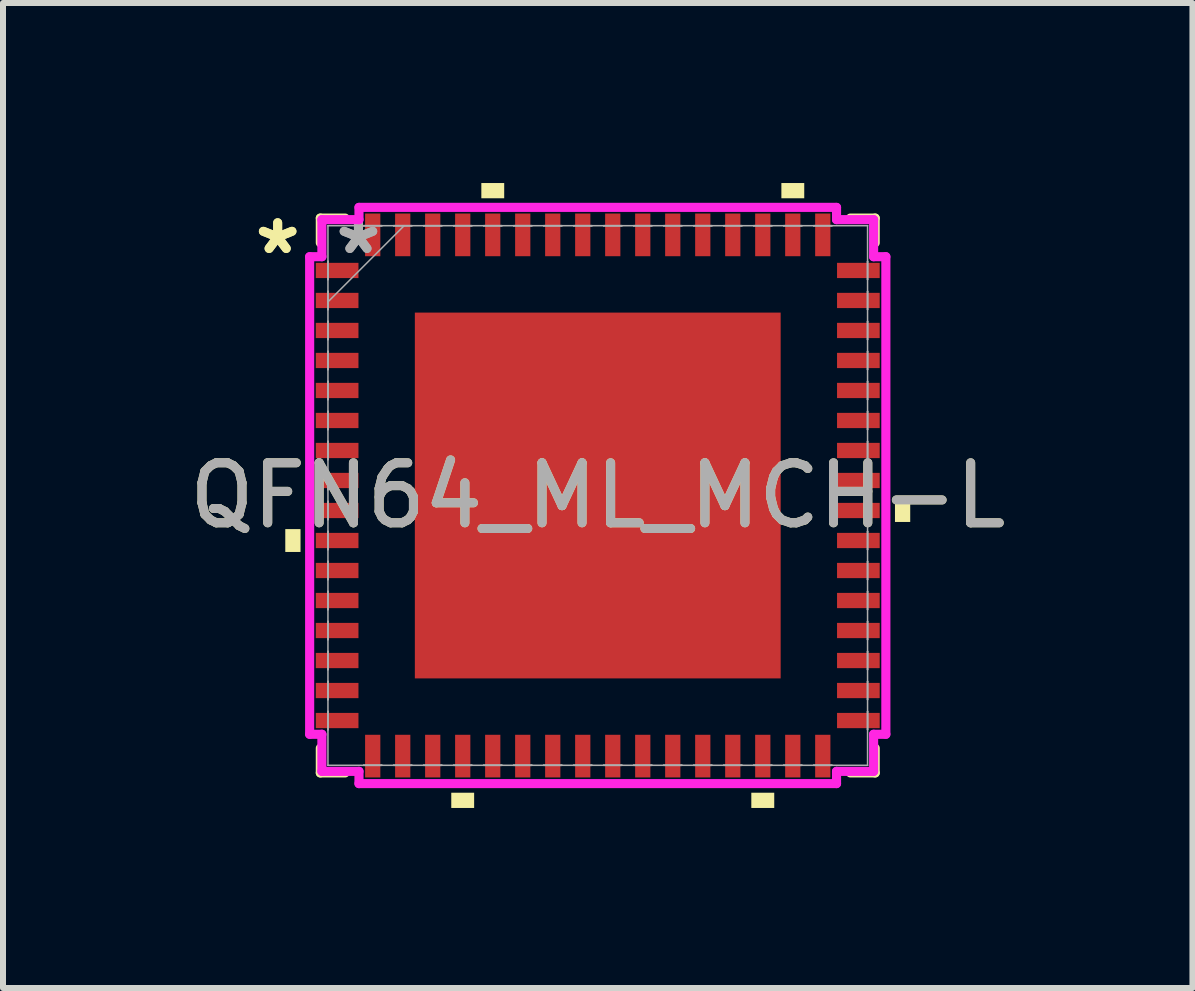
<source format=kicad_pcb>
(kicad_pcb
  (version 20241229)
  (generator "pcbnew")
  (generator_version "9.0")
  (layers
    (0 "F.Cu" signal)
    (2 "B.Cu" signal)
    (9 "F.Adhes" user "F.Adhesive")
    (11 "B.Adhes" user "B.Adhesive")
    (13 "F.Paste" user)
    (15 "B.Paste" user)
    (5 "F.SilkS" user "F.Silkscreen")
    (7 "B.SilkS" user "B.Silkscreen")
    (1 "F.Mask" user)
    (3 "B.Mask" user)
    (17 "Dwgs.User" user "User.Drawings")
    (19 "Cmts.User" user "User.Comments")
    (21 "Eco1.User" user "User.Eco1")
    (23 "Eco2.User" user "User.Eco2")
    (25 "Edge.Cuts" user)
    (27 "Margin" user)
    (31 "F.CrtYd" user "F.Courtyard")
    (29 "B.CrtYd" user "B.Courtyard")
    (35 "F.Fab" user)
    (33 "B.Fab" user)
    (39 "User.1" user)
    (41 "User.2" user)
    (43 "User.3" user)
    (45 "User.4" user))
  (footprint "QFN64_ML_MCH-L"
    (layer "F.Cu")
    (at 6.911 5.207)
    (property "Reference" "QFN64_ML_MCH-L" (at 0 0 0) (unlocked yes) (layer "F.SilkS") (effects (font (size 1 1) (thickness 0.15))))
    (attr smd)
    (fp_line (start -4.623 -4.623) (end -4.623 -4.21) (stroke (width 0.152) (type solid)) (layer "F.SilkS"))
    (fp_line (start -4.623 4.21) (end -4.623 4.623) (stroke (width 0.152) (type solid)) (layer "F.SilkS"))
    (fp_line (start -4.623 4.623) (end -4.21 4.623) (stroke (width 0.152) (type solid)) (layer "F.SilkS"))
    (fp_line (start -4.21 -4.623) (end -4.623 -4.623) (stroke (width 0.152) (type solid)) (layer "F.SilkS"))
    (fp_line (start 4.21 4.623) (end 4.623 4.623) (stroke (width 0.152) (type solid)) (layer "F.SilkS"))
    (fp_line (start 4.623 -4.623) (end 4.21 -4.623) (stroke (width 0.152) (type solid)) (layer "F.SilkS"))
    (fp_line (start 4.623 -4.21) (end 4.623 -4.623) (stroke (width 0.152) (type solid)) (layer "F.SilkS"))
    (fp_line (start 4.623 4.623) (end 4.623 4.21) (stroke (width 0.152) (type solid)) (layer "F.SilkS"))
    (fp_poly (pts (xy -5.207 0.56) (xy -5.207 0.941) (xy -4.953 0.941) (xy -4.953 0.56)) (stroke (width 0) (type solid)) (fill yes) (layer "F.SilkS"))
    (fp_poly (pts (xy -2.441 4.953) (xy -2.441 5.207) (xy -2.06 5.207) (xy -2.06 4.953)) (stroke (width 0) (type solid)) (fill yes) (layer "F.SilkS"))
    (fp_poly (pts (xy -1.94 -4.953) (xy -1.94 -5.207) (xy -1.559 -5.207) (xy -1.559 -4.953)) (stroke (width 0) (type solid)) (fill yes) (layer "F.SilkS"))
    (fp_poly (pts (xy 2.559 4.953) (xy 2.559 5.207) (xy 2.941 5.207) (xy 2.941 4.953)) (stroke (width 0) (type solid)) (fill yes) (layer "F.SilkS"))
    (fp_poly (pts (xy 3.06 -4.953) (xy 3.06 -5.207) (xy 3.441 -5.207) (xy 3.441 -4.953)) (stroke (width 0) (type solid)) (fill yes) (layer "F.SilkS"))
    (fp_poly (pts (xy 5.207 0.059) (xy 5.207 0.441) (xy 4.953 0.441) (xy 4.953 0.059)) (stroke (width 0) (type solid)) (fill yes) (layer "F.SilkS"))
    (fp_poly (pts (xy -2.948 -2.948) (xy -2.948 -1.624) (xy -1.624 -1.624) (xy -1.624 -2.948)) (stroke (width 0) (type solid)) (fill yes) (layer "F.Paste"))
    (fp_poly (pts (xy -2.948 -1.424) (xy -2.948 -0.1) (xy -1.624 -0.1) (xy -1.624 -1.424)) (stroke (width 0) (type solid)) (fill yes) (layer "F.Paste"))
    (fp_poly (pts (xy -2.948 0.1) (xy -2.948 1.424) (xy -1.624 1.424) (xy -1.624 0.1)) (stroke (width 0) (type solid)) (fill yes) (layer "F.Paste"))
    (fp_poly (pts (xy -2.948 1.624) (xy -2.948 2.948) (xy -1.624 2.948) (xy -1.624 1.624)) (stroke (width 0) (type solid)) (fill yes) (layer "F.Paste"))
    (fp_poly (pts (xy -1.424 -2.948) (xy -1.424 -1.624) (xy -0.1 -1.624) (xy -0.1 -2.948)) (stroke (width 0) (type solid)) (fill yes) (layer "F.Paste"))
    (fp_poly (pts (xy -1.424 -1.424) (xy -1.424 -0.1) (xy -0.1 -0.1) (xy -0.1 -1.424)) (stroke (width 0) (type solid)) (fill yes) (layer "F.Paste"))
    (fp_poly (pts (xy -1.424 0.1) (xy -1.424 1.424) (xy -0.1 1.424) (xy -0.1 0.1)) (stroke (width 0) (type solid)) (fill yes) (layer "F.Paste"))
    (fp_poly (pts (xy -1.424 1.624) (xy -1.424 2.948) (xy -0.1 2.948) (xy -0.1 1.624)) (stroke (width 0) (type solid)) (fill yes) (layer "F.Paste"))
    (fp_poly (pts (xy 0.1 -2.948) (xy 0.1 -1.624) (xy 1.424 -1.624) (xy 1.424 -2.948)) (stroke (width 0) (type solid)) (fill yes) (layer "F.Paste"))
    (fp_poly (pts (xy 0.1 -1.424) (xy 0.1 -0.1) (xy 1.424 -0.1) (xy 1.424 -1.424)) (stroke (width 0) (type solid)) (fill yes) (layer "F.Paste"))
    (fp_poly (pts (xy 0.1 0.1) (xy 0.1 1.424) (xy 1.424 1.424) (xy 1.424 0.1)) (stroke (width 0) (type solid)) (fill yes) (layer "F.Paste"))
    (fp_poly (pts (xy 0.1 1.624) (xy 0.1 2.948) (xy 1.424 2.948) (xy 1.424 1.624)) (stroke (width 0) (type solid)) (fill yes) (layer "F.Paste"))
    (fp_poly (pts (xy 1.624 -2.948) (xy 1.624 -1.624) (xy 2.948 -1.624) (xy 2.948 -2.948)) (stroke (width 0) (type solid)) (fill yes) (layer "F.Paste"))
    (fp_poly (pts (xy 1.624 -1.424) (xy 1.624 -0.1) (xy 2.948 -0.1) (xy 2.948 -1.424)) (stroke (width 0) (type solid)) (fill yes) (layer "F.Paste"))
    (fp_poly (pts (xy 1.624 0.1) (xy 1.624 1.424) (xy 2.948 1.424) (xy 2.948 0.1)) (stroke (width 0) (type solid)) (fill yes) (layer "F.Paste"))
    (fp_poly (pts (xy 1.624 1.624) (xy 1.624 2.948) (xy 2.948 2.948) (xy 2.948 1.624)) (stroke (width 0) (type solid)) (fill yes) (layer "F.Paste"))
    (fp_line (start -4.801 -3.979) (end -4.597 -3.979) (stroke (width 0.152) (type solid)) (layer "F.CrtYd"))
    (fp_line (start -4.801 3.979) (end -4.801 -3.979) (stroke (width 0.152) (type solid)) (layer "F.CrtYd"))
    (fp_line (start -4.597 -4.597) (end -3.979 -4.597) (stroke (width 0.152) (type solid)) (layer "F.CrtYd"))
    (fp_line (start -4.597 -3.979) (end -4.597 -4.597) (stroke (width 0.152) (type solid)) (layer "F.CrtYd"))
    (fp_line (start -4.597 3.979) (end -4.801 3.979) (stroke (width 0.152) (type solid)) (layer "F.CrtYd"))
    (fp_line (start -4.597 4.597) (end -4.597 3.979) (stroke (width 0.152) (type solid)) (layer "F.CrtYd"))
    (fp_line (start -3.979 -4.801) (end 3.979 -4.801) (stroke (width 0.152) (type solid)) (layer "F.CrtYd"))
    (fp_line (start -3.979 -4.597) (end -3.979 -4.801) (stroke (width 0.152) (type solid)) (layer "F.CrtYd"))
    (fp_line (start -3.979 4.597) (end -4.597 4.597) (stroke (width 0.152) (type solid)) (layer "F.CrtYd"))
    (fp_line (start -3.979 4.801) (end -3.979 4.597) (stroke (width 0.152) (type solid)) (layer "F.CrtYd"))
    (fp_line (start 3.979 -4.801) (end 3.979 -4.597) (stroke (width 0.152) (type solid)) (layer "F.CrtYd"))
    (fp_line (start 3.979 -4.597) (end 4.597 -4.597) (stroke (width 0.152) (type solid)) (layer "F.CrtYd"))
    (fp_line (start 3.979 4.597) (end 3.979 4.801) (stroke (width 0.152) (type solid)) (layer "F.CrtYd"))
    (fp_line (start 3.979 4.801) (end -3.979 4.801) (stroke (width 0.152) (type solid)) (layer "F.CrtYd"))
    (fp_line (start 4.597 -4.597) (end 4.597 -3.979) (stroke (width 0.152) (type solid)) (layer "F.CrtYd"))
    (fp_line (start 4.597 -3.979) (end 4.801 -3.979) (stroke (width 0.152) (type solid)) (layer "F.CrtYd"))
    (fp_line (start 4.597 3.979) (end 4.597 4.597) (stroke (width 0.152) (type solid)) (layer "F.CrtYd"))
    (fp_line (start 4.597 4.597) (end 3.979 4.597) (stroke (width 0.152) (type solid)) (layer "F.CrtYd"))
    (fp_line (start 4.801 -3.979) (end 4.801 3.979) (stroke (width 0.152) (type solid)) (layer "F.CrtYd"))
    (fp_line (start 4.801 3.979) (end 4.597 3.979) (stroke (width 0.152) (type solid)) (layer "F.CrtYd"))
    (fp_line (start -4.496 -4.496) (end -4.496 -4.496) (stroke (width 0.025) (type solid)) (layer "F.Fab"))
    (fp_line (start -4.496 -4.496) (end -4.496 4.496) (stroke (width 0.025) (type solid)) (layer "F.Fab"))
    (fp_line (start -4.496 -3.902) (end -4.496 -3.902) (stroke (width 0.025) (type solid)) (layer "F.Fab"))
    (fp_line (start -4.496 -3.902) (end -4.496 -3.598) (stroke (width 0.025) (type solid)) (layer "F.Fab"))
    (fp_line (start -4.496 -3.598) (end -4.496 -3.902) (stroke (width 0.025) (type solid)) (layer "F.Fab"))
    (fp_line (start -4.496 -3.598) (end -4.496 -3.598) (stroke (width 0.025) (type solid)) (layer "F.Fab"))
    (fp_line (start -4.496 -3.402) (end -4.496 -3.402) (stroke (width 0.025) (type solid)) (layer "F.Fab"))
    (fp_line (start -4.496 -3.402) (end -4.496 -3.098) (stroke (width 0.025) (type solid)) (layer "F.Fab"))
    (fp_line (start -4.496 -3.226) (end -3.226 -4.496) (stroke (width 0.025) (type solid)) (layer "F.Fab"))
    (fp_line (start -4.496 -3.098) (end -4.496 -3.402) (stroke (width 0.025) (type solid)) (layer "F.Fab"))
    (fp_line (start -4.496 -3.098) (end -4.496 -3.098) (stroke (width 0.025) (type solid)) (layer "F.Fab"))
    (fp_line (start -4.496 -2.902) (end -4.496 -2.902) (stroke (width 0.025) (type solid)) (layer "F.Fab"))
    (fp_line (start -4.496 -2.902) (end -4.496 -2.598) (stroke (width 0.025) (type solid)) (layer "F.Fab"))
    (fp_line (start -4.496 -2.598) (end -4.496 -2.902) (stroke (width 0.025) (type solid)) (layer "F.Fab"))
    (fp_line (start -4.496 -2.598) (end -4.496 -2.598) (stroke (width 0.025) (type solid)) (layer "F.Fab"))
    (fp_line (start -4.496 -2.402) (end -4.496 -2.402) (stroke (width 0.025) (type solid)) (layer "F.Fab"))
    (fp_line (start -4.496 -2.402) (end -4.496 -2.098) (stroke (width 0.025) (type solid)) (layer "F.Fab"))
    (fp_line (start -4.496 -2.098) (end -4.496 -2.402) (stroke (width 0.025) (type solid)) (layer "F.Fab"))
    (fp_line (start -4.496 -2.098) (end -4.496 -2.098) (stroke (width 0.025) (type solid)) (layer "F.Fab"))
    (fp_line (start -4.496 -1.902) (end -4.496 -1.902) (stroke (width 0.025) (type solid)) (layer "F.Fab"))
    (fp_line (start -4.496 -1.902) (end -4.496 -1.598) (stroke (width 0.025) (type solid)) (layer "F.Fab"))
    (fp_line (start -4.496 -1.598) (end -4.496 -1.902) (stroke (width 0.025) (type solid)) (layer "F.Fab"))
    (fp_line (start -4.496 -1.598) (end -4.496 -1.598) (stroke (width 0.025) (type solid)) (layer "F.Fab"))
    (fp_line (start -4.496 -1.402) (end -4.496 -1.402) (stroke (width 0.025) (type solid)) (layer "F.Fab"))
    (fp_line (start -4.496 -1.402) (end -4.496 -1.098) (stroke (width 0.025) (type solid)) (layer "F.Fab"))
    (fp_line (start -4.496 -1.098) (end -4.496 -1.402) (stroke (width 0.025) (type solid)) (layer "F.Fab"))
    (fp_line (start -4.496 -1.098) (end -4.496 -1.098) (stroke (width 0.025) (type solid)) (layer "F.Fab"))
    (fp_line (start -4.496 -0.902) (end -4.496 -0.902) (stroke (width 0.025) (type solid)) (layer "F.Fab"))
    (fp_line (start -4.496 -0.902) (end -4.496 -0.598) (stroke (width 0.025) (type solid)) (layer "F.Fab"))
    (fp_line (start -4.496 -0.598) (end -4.496 -0.902) (stroke (width 0.025) (type solid)) (layer "F.Fab"))
    (fp_line (start -4.496 -0.598) (end -4.496 -0.598) (stroke (width 0.025) (type solid)) (layer "F.Fab"))
    (fp_line (start -4.496 -0.402) (end -4.496 -0.402) (stroke (width 0.025) (type solid)) (layer "F.Fab"))
    (fp_line (start -4.496 -0.402) (end -4.496 -0.098) (stroke (width 0.025) (type solid)) (layer "F.Fab"))
    (fp_line (start -4.496 -0.098) (end -4.496 -0.402) (stroke (width 0.025) (type solid)) (layer "F.Fab"))
    (fp_line (start -4.496 -0.098) (end -4.496 -0.098) (stroke (width 0.025) (type solid)) (layer "F.Fab"))
    (fp_line (start -4.496 0.098) (end -4.496 0.098) (stroke (width 0.025) (type solid)) (layer "F.Fab"))
    (fp_line (start -4.496 0.098) (end -4.496 0.402) (stroke (width 0.025) (type solid)) (layer "F.Fab"))
    (fp_line (start -4.496 0.402) (end -4.496 0.098) (stroke (width 0.025) (type solid)) (layer "F.Fab"))
    (fp_line (start -4.496 0.402) (end -4.496 0.402) (stroke (width 0.025) (type solid)) (layer "F.Fab"))
    (fp_line (start -4.496 0.598) (end -4.496 0.598) (stroke (width 0.025) (type solid)) (layer "F.Fab"))
    (fp_line (start -4.496 0.598) (end -4.496 0.902) (stroke (width 0.025) (type solid)) (layer "F.Fab"))
    (fp_line (start -4.496 0.902) (end -4.496 0.598) (stroke (width 0.025) (type solid)) (layer "F.Fab"))
    (fp_line (start -4.496 0.902) (end -4.496 0.902) (stroke (width 0.025) (type solid)) (layer "F.Fab"))
    (fp_line (start -4.496 1.098) (end -4.496 1.098) (stroke (width 0.025) (type solid)) (layer "F.Fab"))
    (fp_line (start -4.496 1.098) (end -4.496 1.402) (stroke (width 0.025) (type solid)) (layer "F.Fab"))
    (fp_line (start -4.496 1.402) (end -4.496 1.098) (stroke (width 0.025) (type solid)) (layer "F.Fab"))
    (fp_line (start -4.496 1.402) (end -4.496 1.402) (stroke (width 0.025) (type solid)) (layer "F.Fab"))
    (fp_line (start -4.496 1.598) (end -4.496 1.598) (stroke (width 0.025) (type solid)) (layer "F.Fab"))
    (fp_line (start -4.496 1.598) (end -4.496 1.902) (stroke (width 0.025) (type solid)) (layer "F.Fab"))
    (fp_line (start -4.496 1.902) (end -4.496 1.598) (stroke (width 0.025) (type solid)) (layer "F.Fab"))
    (fp_line (start -4.496 1.902) (end -4.496 1.902) (stroke (width 0.025) (type solid)) (layer "F.Fab"))
    (fp_line (start -4.496 2.098) (end -4.496 2.098) (stroke (width 0.025) (type solid)) (layer "F.Fab"))
    (fp_line (start -4.496 2.098) (end -4.496 2.402) (stroke (width 0.025) (type solid)) (layer "F.Fab"))
    (fp_line (start -4.496 2.402) (end -4.496 2.098) (stroke (width 0.025) (type solid)) (layer "F.Fab"))
    (fp_line (start -4.496 2.402) (end -4.496 2.402) (stroke (width 0.025) (type solid)) (layer "F.Fab"))
    (fp_line (start -4.496 2.598) (end -4.496 2.598) (stroke (width 0.025) (type solid)) (layer "F.Fab"))
    (fp_line (start -4.496 2.598) (end -4.496 2.902) (stroke (width 0.025) (type solid)) (layer "F.Fab"))
    (fp_line (start -4.496 2.902) (end -4.496 2.598) (stroke (width 0.025) (type solid)) (layer "F.Fab"))
    (fp_line (start -4.496 2.902) (end -4.496 2.902) (stroke (width 0.025) (type solid)) (layer "F.Fab"))
    (fp_line (start -4.496 3.098) (end -4.496 3.098) (stroke (width 0.025) (type solid)) (layer "F.Fab"))
    (fp_line (start -4.496 3.098) (end -4.496 3.402) (stroke (width 0.025) (type solid)) (layer "F.Fab"))
    (fp_line (start -4.496 3.402) (end -4.496 3.098) (stroke (width 0.025) (type solid)) (layer "F.Fab"))
    (fp_line (start -4.496 3.402) (end -4.496 3.402) (stroke (width 0.025) (type solid)) (layer "F.Fab"))
    (fp_line (start -4.496 3.598) (end -4.496 3.598) (stroke (width 0.025) (type solid)) (layer "F.Fab"))
    (fp_line (start -4.496 3.598) (end -4.496 3.902) (stroke (width 0.025) (type solid)) (layer "F.Fab"))
    (fp_line (start -4.496 3.902) (end -4.496 3.598) (stroke (width 0.025) (type solid)) (layer "F.Fab"))
    (fp_line (start -4.496 3.902) (end -4.496 3.902) (stroke (width 0.025) (type solid)) (layer "F.Fab"))
    (fp_line (start -4.496 4.496) (end -4.496 4.496) (stroke (width 0.025) (type solid)) (layer "F.Fab"))
    (fp_line (start -4.496 4.496) (end 4.496 4.496) (stroke (width 0.025) (type solid)) (layer "F.Fab"))
    (fp_line (start -3.902 -4.496) (end -3.902 -4.496) (stroke (width 0.025) (type solid)) (layer "F.Fab"))
    (fp_line (start -3.902 -4.496) (end -3.598 -4.496) (stroke (width 0.025) (type solid)) (layer "F.Fab"))
    (fp_line (start -3.902 4.496) (end -3.902 4.496) (stroke (width 0.025) (type solid)) (layer "F.Fab"))
    (fp_line (start -3.902 4.496) (end -3.598 4.496) (stroke (width 0.025) (type solid)) (layer "F.Fab"))
    (fp_line (start -3.598 -4.496) (end -3.902 -4.496) (stroke (width 0.025) (type solid)) (layer "F.Fab"))
    (fp_line (start -3.598 -4.496) (end -3.598 -4.496) (stroke (width 0.025) (type solid)) (layer "F.Fab"))
    (fp_line (start -3.598 4.496) (end -3.902 4.496) (stroke (width 0.025) (type solid)) (layer "F.Fab"))
    (fp_line (start -3.598 4.496) (end -3.598 4.496) (stroke (width 0.025) (type solid)) (layer "F.Fab"))
    (fp_line (start -3.402 -4.496) (end -3.402 -4.496) (stroke (width 0.025) (type solid)) (layer "F.Fab"))
    (fp_line (start -3.402 -4.496) (end -3.098 -4.496) (stroke (width 0.025) (type solid)) (layer "F.Fab"))
    (fp_line (start -3.402 4.496) (end -3.402 4.496) (stroke (width 0.025) (type solid)) (layer "F.Fab"))
    (fp_line (start -3.402 4.496) (end -3.098 4.496) (stroke (width 0.025) (type solid)) (layer "F.Fab"))
    (fp_line (start -3.098 -4.496) (end -3.402 -4.496) (stroke (width 0.025) (type solid)) (layer "F.Fab"))
    (fp_line (start -3.098 -4.496) (end -3.098 -4.496) (stroke (width 0.025) (type solid)) (layer "F.Fab"))
    (fp_line (start -3.098 4.496) (end -3.402 4.496) (stroke (width 0.025) (type solid)) (layer "F.Fab"))
    (fp_line (start -3.098 4.496) (end -3.098 4.496) (stroke (width 0.025) (type solid)) (layer "F.Fab"))
    (fp_line (start -2.902 -4.496) (end -2.902 -4.496) (stroke (width 0.025) (type solid)) (layer "F.Fab"))
    (fp_line (start -2.902 -4.496) (end -2.598 -4.496) (stroke (width 0.025) (type solid)) (layer "F.Fab"))
    (fp_line (start -2.902 4.496) (end -2.902 4.496) (stroke (width 0.025) (type solid)) (layer "F.Fab"))
    (fp_line (start -2.902 4.496) (end -2.598 4.496) (stroke (width 0.025) (type solid)) (layer "F.Fab"))
    (fp_line (start -2.598 -4.496) (end -2.902 -4.496) (stroke (width 0.025) (type solid)) (layer "F.Fab"))
    (fp_line (start -2.598 -4.496) (end -2.598 -4.496) (stroke (width 0.025) (type solid)) (layer "F.Fab"))
    (fp_line (start -2.598 4.496) (end -2.902 4.496) (stroke (width 0.025) (type solid)) (layer "F.Fab"))
    (fp_line (start -2.598 4.496) (end -2.598 4.496) (stroke (width 0.025) (type solid)) (layer "F.Fab"))
    (fp_line (start -2.402 -4.496) (end -2.402 -4.496) (stroke (width 0.025) (type solid)) (layer "F.Fab"))
    (fp_line (start -2.402 -4.496) (end -2.098 -4.496) (stroke (width 0.025) (type solid)) (layer "F.Fab"))
    (fp_line (start -2.402 4.496) (end -2.402 4.496) (stroke (width 0.025) (type solid)) (layer "F.Fab"))
    (fp_line (start -2.402 4.496) (end -2.098 4.496) (stroke (width 0.025) (type solid)) (layer "F.Fab"))
    (fp_line (start -2.098 -4.496) (end -2.402 -4.496) (stroke (width 0.025) (type solid)) (layer "F.Fab"))
    (fp_line (start -2.098 -4.496) (end -2.098 -4.496) (stroke (width 0.025) (type solid)) (layer "F.Fab"))
    (fp_line (start -2.098 4.496) (end -2.402 4.496) (stroke (width 0.025) (type solid)) (layer "F.Fab"))
    (fp_line (start -2.098 4.496) (end -2.098 4.496) (stroke (width 0.025) (type solid)) (layer "F.Fab"))
    (fp_line (start -1.902 -4.496) (end -1.902 -4.496) (stroke (width 0.025) (type solid)) (layer "F.Fab"))
    (fp_line (start -1.902 -4.496) (end -1.598 -4.496) (stroke (width 0.025) (type solid)) (layer "F.Fab"))
    (fp_line (start -1.902 4.496) (end -1.902 4.496) (stroke (width 0.025) (type solid)) (layer "F.Fab"))
    (fp_line (start -1.902 4.496) (end -1.598 4.496) (stroke (width 0.025) (type solid)) (layer "F.Fab"))
    (fp_line (start -1.598 -4.496) (end -1.902 -4.496) (stroke (width 0.025) (type solid)) (layer "F.Fab"))
    (fp_line (start -1.598 -4.496) (end -1.598 -4.496) (stroke (width 0.025) (type solid)) (layer "F.Fab"))
    (fp_line (start -1.598 4.496) (end -1.902 4.496) (stroke (width 0.025) (type solid)) (layer "F.Fab"))
    (fp_line (start -1.598 4.496) (end -1.598 4.496) (stroke (width 0.025) (type solid)) (layer "F.Fab"))
    (fp_line (start -1.402 -4.496) (end -1.402 -4.496) (stroke (width 0.025) (type solid)) (layer "F.Fab"))
    (fp_line (start -1.402 -4.496) (end -1.098 -4.496) (stroke (width 0.025) (type solid)) (layer "F.Fab"))
    (fp_line (start -1.402 4.496) (end -1.402 4.496) (stroke (width 0.025) (type solid)) (layer "F.Fab"))
    (fp_line (start -1.402 4.496) (end -1.098 4.496) (stroke (width 0.025) (type solid)) (layer "F.Fab"))
    (fp_line (start -1.098 -4.496) (end -1.402 -4.496) (stroke (width 0.025) (type solid)) (layer "F.Fab"))
    (fp_line (start -1.098 -4.496) (end -1.098 -4.496) (stroke (width 0.025) (type solid)) (layer "F.Fab"))
    (fp_line (start -1.098 4.496) (end -1.402 4.496) (stroke (width 0.025) (type solid)) (layer "F.Fab"))
    (fp_line (start -1.098 4.496) (end -1.098 4.496) (stroke (width 0.025) (type solid)) (layer "F.Fab"))
    (fp_line (start -0.902 -4.496) (end -0.902 -4.496) (stroke (width 0.025) (type solid)) (layer "F.Fab"))
    (fp_line (start -0.902 -4.496) (end -0.598 -4.496) (stroke (width 0.025) (type solid)) (layer "F.Fab"))
    (fp_line (start -0.902 4.496) (end -0.902 4.496) (stroke (width 0.025) (type solid)) (layer "F.Fab"))
    (fp_line (start -0.902 4.496) (end -0.598 4.496) (stroke (width 0.025) (type solid)) (layer "F.Fab"))
    (fp_line (start -0.598 -4.496) (end -0.902 -4.496) (stroke (width 0.025) (type solid)) (layer "F.Fab"))
    (fp_line (start -0.598 -4.496) (end -0.598 -4.496) (stroke (width 0.025) (type solid)) (layer "F.Fab"))
    (fp_line (start -0.598 4.496) (end -0.902 4.496) (stroke (width 0.025) (type solid)) (layer "F.Fab"))
    (fp_line (start -0.598 4.496) (end -0.598 4.496) (stroke (width 0.025) (type solid)) (layer "F.Fab"))
    (fp_line (start -0.402 -4.496) (end -0.402 -4.496) (stroke (width 0.025) (type solid)) (layer "F.Fab"))
    (fp_line (start -0.402 -4.496) (end -0.098 -4.496) (stroke (width 0.025) (type solid)) (layer "F.Fab"))
    (fp_line (start -0.402 4.496) (end -0.402 4.496) (stroke (width 0.025) (type solid)) (layer "F.Fab"))
    (fp_line (start -0.402 4.496) (end -0.098 4.496) (stroke (width 0.025) (type solid)) (layer "F.Fab"))
    (fp_line (start -0.098 -4.496) (end -0.402 -4.496) (stroke (width 0.025) (type solid)) (layer "F.Fab"))
    (fp_line (start -0.098 -4.496) (end -0.098 -4.496) (stroke (width 0.025) (type solid)) (layer "F.Fab"))
    (fp_line (start -0.098 4.496) (end -0.402 4.496) (stroke (width 0.025) (type solid)) (layer "F.Fab"))
    (fp_line (start -0.098 4.496) (end -0.098 4.496) (stroke (width 0.025) (type solid)) (layer "F.Fab"))
    (fp_line (start 0.098 -4.496) (end 0.098 -4.496) (stroke (width 0.025) (type solid)) (layer "F.Fab"))
    (fp_line (start 0.098 -4.496) (end 0.402 -4.496) (stroke (width 0.025) (type solid)) (layer "F.Fab"))
    (fp_line (start 0.098 4.496) (end 0.098 4.496) (stroke (width 0.025) (type solid)) (layer "F.Fab"))
    (fp_line (start 0.098 4.496) (end 0.402 4.496) (stroke (width 0.025) (type solid)) (layer "F.Fab"))
    (fp_line (start 0.402 -4.496) (end 0.098 -4.496) (stroke (width 0.025) (type solid)) (layer "F.Fab"))
    (fp_line (start 0.402 -4.496) (end 0.402 -4.496) (stroke (width 0.025) (type solid)) (layer "F.Fab"))
    (fp_line (start 0.402 4.496) (end 0.098 4.496) (stroke (width 0.025) (type solid)) (layer "F.Fab"))
    (fp_line (start 0.402 4.496) (end 0.402 4.496) (stroke (width 0.025) (type solid)) (layer "F.Fab"))
    (fp_line (start 0.598 -4.496) (end 0.598 -4.496) (stroke (width 0.025) (type solid)) (layer "F.Fab"))
    (fp_line (start 0.598 -4.496) (end 0.902 -4.496) (stroke (width 0.025) (type solid)) (layer "F.Fab"))
    (fp_line (start 0.598 4.496) (end 0.598 4.496) (stroke (width 0.025) (type solid)) (layer "F.Fab"))
    (fp_line (start 0.598 4.496) (end 0.902 4.496) (stroke (width 0.025) (type solid)) (layer "F.Fab"))
    (fp_line (start 0.902 -4.496) (end 0.598 -4.496) (stroke (width 0.025) (type solid)) (layer "F.Fab"))
    (fp_line (start 0.902 -4.496) (end 0.902 -4.496) (stroke (width 0.025) (type solid)) (layer "F.Fab"))
    (fp_line (start 0.902 4.496) (end 0.598 4.496) (stroke (width 0.025) (type solid)) (layer "F.Fab"))
    (fp_line (start 0.902 4.496) (end 0.902 4.496) (stroke (width 0.025) (type solid)) (layer "F.Fab"))
    (fp_line (start 1.098 -4.496) (end 1.098 -4.496) (stroke (width 0.025) (type solid)) (layer "F.Fab"))
    (fp_line (start 1.098 -4.496) (end 1.402 -4.496) (stroke (width 0.025) (type solid)) (layer "F.Fab"))
    (fp_line (start 1.098 4.496) (end 1.098 4.496) (stroke (width 0.025) (type solid)) (layer "F.Fab"))
    (fp_line (start 1.098 4.496) (end 1.402 4.496) (stroke (width 0.025) (type solid)) (layer "F.Fab"))
    (fp_line (start 1.402 -4.496) (end 1.098 -4.496) (stroke (width 0.025) (type solid)) (layer "F.Fab"))
    (fp_line (start 1.402 -4.496) (end 1.402 -4.496) (stroke (width 0.025) (type solid)) (layer "F.Fab"))
    (fp_line (start 1.402 4.496) (end 1.098 4.496) (stroke (width 0.025) (type solid)) (layer "F.Fab"))
    (fp_line (start 1.402 4.496) (end 1.402 4.496) (stroke (width 0.025) (type solid)) (layer "F.Fab"))
    (fp_line (start 1.598 -4.496) (end 1.598 -4.496) (stroke (width 0.025) (type solid)) (layer "F.Fab"))
    (fp_line (start 1.598 -4.496) (end 1.902 -4.496) (stroke (width 0.025) (type solid)) (layer "F.Fab"))
    (fp_line (start 1.598 4.496) (end 1.598 4.496) (stroke (width 0.025) (type solid)) (layer "F.Fab"))
    (fp_line (start 1.598 4.496) (end 1.902 4.496) (stroke (width 0.025) (type solid)) (layer "F.Fab"))
    (fp_line (start 1.902 -4.496) (end 1.598 -4.496) (stroke (width 0.025) (type solid)) (layer "F.Fab"))
    (fp_line (start 1.902 -4.496) (end 1.902 -4.496) (stroke (width 0.025) (type solid)) (layer "F.Fab"))
    (fp_line (start 1.902 4.496) (end 1.598 4.496) (stroke (width 0.025) (type solid)) (layer "F.Fab"))
    (fp_line (start 1.902 4.496) (end 1.902 4.496) (stroke (width 0.025) (type solid)) (layer "F.Fab"))
    (fp_line (start 2.098 -4.496) (end 2.098 -4.496) (stroke (width 0.025) (type solid)) (layer "F.Fab"))
    (fp_line (start 2.098 -4.496) (end 2.402 -4.496) (stroke (width 0.025) (type solid)) (layer "F.Fab"))
    (fp_line (start 2.098 4.496) (end 2.098 4.496) (stroke (width 0.025) (type solid)) (layer "F.Fab"))
    (fp_line (start 2.098 4.496) (end 2.402 4.496) (stroke (width 0.025) (type solid)) (layer "F.Fab"))
    (fp_line (start 2.402 -4.496) (end 2.098 -4.496) (stroke (width 0.025) (type solid)) (layer "F.Fab"))
    (fp_line (start 2.402 -4.496) (end 2.402 -4.496) (stroke (width 0.025) (type solid)) (layer "F.Fab"))
    (fp_line (start 2.402 4.496) (end 2.098 4.496) (stroke (width 0.025) (type solid)) (layer "F.Fab"))
    (fp_line (start 2.402 4.496) (end 2.402 4.496) (stroke (width 0.025) (type solid)) (layer "F.Fab"))
    (fp_line (start 2.598 -4.496) (end 2.598 -4.496) (stroke (width 0.025) (type solid)) (layer "F.Fab"))
    (fp_line (start 2.598 -4.496) (end 2.902 -4.496) (stroke (width 0.025) (type solid)) (layer "F.Fab"))
    (fp_line (start 2.598 4.496) (end 2.598 4.496) (stroke (width 0.025) (type solid)) (layer "F.Fab"))
    (fp_line (start 2.598 4.496) (end 2.902 4.496) (stroke (width 0.025) (type solid)) (layer "F.Fab"))
    (fp_line (start 2.902 -4.496) (end 2.598 -4.496) (stroke (width 0.025) (type solid)) (layer "F.Fab"))
    (fp_line (start 2.902 -4.496) (end 2.902 -4.496) (stroke (width 0.025) (type solid)) (layer "F.Fab"))
    (fp_line (start 2.902 4.496) (end 2.598 4.496) (stroke (width 0.025) (type solid)) (layer "F.Fab"))
    (fp_line (start 2.902 4.496) (end 2.902 4.496) (stroke (width 0.025) (type solid)) (layer "F.Fab"))
    (fp_line (start 3.098 -4.496) (end 3.098 -4.496) (stroke (width 0.025) (type solid)) (layer "F.Fab"))
    (fp_line (start 3.098 -4.496) (end 3.402 -4.496) (stroke (width 0.025) (type solid)) (layer "F.Fab"))
    (fp_line (start 3.098 4.496) (end 3.098 4.496) (stroke (width 0.025) (type solid)) (layer "F.Fab"))
    (fp_line (start 3.098 4.496) (end 3.402 4.496) (stroke (width 0.025) (type solid)) (layer "F.Fab"))
    (fp_line (start 3.402 -4.496) (end 3.098 -4.496) (stroke (width 0.025) (type solid)) (layer "F.Fab"))
    (fp_line (start 3.402 -4.496) (end 3.402 -4.496) (stroke (width 0.025) (type solid)) (layer "F.Fab"))
    (fp_line (start 3.402 4.496) (end 3.098 4.496) (stroke (width 0.025) (type solid)) (layer "F.Fab"))
    (fp_line (start 3.402 4.496) (end 3.402 4.496) (stroke (width 0.025) (type solid)) (layer "F.Fab"))
    (fp_line (start 3.598 -4.496) (end 3.598 -4.496) (stroke (width 0.025) (type solid)) (layer "F.Fab"))
    (fp_line (start 3.598 -4.496) (end 3.902 -4.496) (stroke (width 0.025) (type solid)) (layer "F.Fab"))
    (fp_line (start 3.598 4.496) (end 3.598 4.496) (stroke (width 0.025) (type solid)) (layer "F.Fab"))
    (fp_line (start 3.598 4.496) (end 3.902 4.496) (stroke (width 0.025) (type solid)) (layer "F.Fab"))
    (fp_line (start 3.902 -4.496) (end 3.598 -4.496) (stroke (width 0.025) (type solid)) (layer "F.Fab"))
    (fp_line (start 3.902 -4.496) (end 3.902 -4.496) (stroke (width 0.025) (type solid)) (layer "F.Fab"))
    (fp_line (start 3.902 4.496) (end 3.598 4.496) (stroke (width 0.025) (type solid)) (layer "F.Fab"))
    (fp_line (start 3.902 4.496) (end 3.902 4.496) (stroke (width 0.025) (type solid)) (layer "F.Fab"))
    (fp_line (start 4.496 -4.496) (end -4.496 -4.496) (stroke (width 0.025) (type solid)) (layer "F.Fab"))
    (fp_line (start 4.496 -4.496) (end 4.496 -4.496) (stroke (width 0.025) (type solid)) (layer "F.Fab"))
    (fp_line (start 4.496 -3.902) (end 4.496 -3.902) (stroke (width 0.025) (type solid)) (layer "F.Fab"))
    (fp_line (start 4.496 -3.902) (end 4.496 -3.598) (stroke (width 0.025) (type solid)) (layer "F.Fab"))
    (fp_line (start 4.496 -3.598) (end 4.496 -3.902) (stroke (width 0.025) (type solid)) (layer "F.Fab"))
    (fp_line (start 4.496 -3.598) (end 4.496 -3.598) (stroke (width 0.025) (type solid)) (layer "F.Fab"))
    (fp_line (start 4.496 -3.402) (end 4.496 -3.402) (stroke (width 0.025) (type solid)) (layer "F.Fab"))
    (fp_line (start 4.496 -3.402) (end 4.496 -3.098) (stroke (width 0.025) (type solid)) (layer "F.Fab"))
    (fp_line (start 4.496 -3.098) (end 4.496 -3.402) (stroke (width 0.025) (type solid)) (layer "F.Fab"))
    (fp_line (start 4.496 -3.098) (end 4.496 -3.098) (stroke (width 0.025) (type solid)) (layer "F.Fab"))
    (fp_line (start 4.496 -2.902) (end 4.496 -2.902) (stroke (width 0.025) (type solid)) (layer "F.Fab"))
    (fp_line (start 4.496 -2.902) (end 4.496 -2.598) (stroke (width 0.025) (type solid)) (layer "F.Fab"))
    (fp_line (start 4.496 -2.598) (end 4.496 -2.902) (stroke (width 0.025) (type solid)) (layer "F.Fab"))
    (fp_line (start 4.496 -2.598) (end 4.496 -2.598) (stroke (width 0.025) (type solid)) (layer "F.Fab"))
    (fp_line (start 4.496 -2.402) (end 4.496 -2.402) (stroke (width 0.025) (type solid)) (layer "F.Fab"))
    (fp_line (start 4.496 -2.402) (end 4.496 -2.098) (stroke (width 0.025) (type solid)) (layer "F.Fab"))
    (fp_line (start 4.496 -2.098) (end 4.496 -2.402) (stroke (width 0.025) (type solid)) (layer "F.Fab"))
    (fp_line (start 4.496 -2.098) (end 4.496 -2.098) (stroke (width 0.025) (type solid)) (layer "F.Fab"))
    (fp_line (start 4.496 -1.902) (end 4.496 -1.902) (stroke (width 0.025) (type solid)) (layer "F.Fab"))
    (fp_line (start 4.496 -1.902) (end 4.496 -1.598) (stroke (width 0.025) (type solid)) (layer "F.Fab"))
    (fp_line (start 4.496 -1.598) (end 4.496 -1.902) (stroke (width 0.025) (type solid)) (layer "F.Fab"))
    (fp_line (start 4.496 -1.598) (end 4.496 -1.598) (stroke (width 0.025) (type solid)) (layer "F.Fab"))
    (fp_line (start 4.496 -1.402) (end 4.496 -1.402) (stroke (width 0.025) (type solid)) (layer "F.Fab"))
    (fp_line (start 4.496 -1.402) (end 4.496 -1.098) (stroke (width 0.025) (type solid)) (layer "F.Fab"))
    (fp_line (start 4.496 -1.098) (end 4.496 -1.402) (stroke (width 0.025) (type solid)) (layer "F.Fab"))
    (fp_line (start 4.496 -1.098) (end 4.496 -1.098) (stroke (width 0.025) (type solid)) (layer "F.Fab"))
    (fp_line (start 4.496 -0.902) (end 4.496 -0.902) (stroke (width 0.025) (type solid)) (layer "F.Fab"))
    (fp_line (start 4.496 -0.902) (end 4.496 -0.598) (stroke (width 0.025) (type solid)) (layer "F.Fab"))
    (fp_line (start 4.496 -0.598) (end 4.496 -0.902) (stroke (width 0.025) (type solid)) (layer "F.Fab"))
    (fp_line (start 4.496 -0.598) (end 4.496 -0.598) (stroke (width 0.025) (type solid)) (layer "F.Fab"))
    (fp_line (start 4.496 -0.402) (end 4.496 -0.402) (stroke (width 0.025) (type solid)) (layer "F.Fab"))
    (fp_line (start 4.496 -0.402) (end 4.496 -0.098) (stroke (width 0.025) (type solid)) (layer "F.Fab"))
    (fp_line (start 4.496 -0.098) (end 4.496 -0.402) (stroke (width 0.025) (type solid)) (layer "F.Fab"))
    (fp_line (start 4.496 -0.098) (end 4.496 -0.098) (stroke (width 0.025) (type solid)) (layer "F.Fab"))
    (fp_line (start 4.496 0.098) (end 4.496 0.098) (stroke (width 0.025) (type solid)) (layer "F.Fab"))
    (fp_line (start 4.496 0.098) (end 4.496 0.402) (stroke (width 0.025) (type solid)) (layer "F.Fab"))
    (fp_line (start 4.496 0.402) (end 4.496 0.098) (stroke (width 0.025) (type solid)) (layer "F.Fab"))
    (fp_line (start 4.496 0.402) (end 4.496 0.402) (stroke (width 0.025) (type solid)) (layer "F.Fab"))
    (fp_line (start 4.496 0.598) (end 4.496 0.598) (stroke (width 0.025) (type solid)) (layer "F.Fab"))
    (fp_line (start 4.496 0.598) (end 4.496 0.902) (stroke (width 0.025) (type solid)) (layer "F.Fab"))
    (fp_line (start 4.496 0.902) (end 4.496 0.598) (stroke (width 0.025) (type solid)) (layer "F.Fab"))
    (fp_line (start 4.496 0.902) (end 4.496 0.902) (stroke (width 0.025) (type solid)) (layer "F.Fab"))
    (fp_line (start 4.496 1.098) (end 4.496 1.098) (stroke (width 0.025) (type solid)) (layer "F.Fab"))
    (fp_line (start 4.496 1.098) (end 4.496 1.402) (stroke (width 0.025) (type solid)) (layer "F.Fab"))
    (fp_line (start 4.496 1.402) (end 4.496 1.098) (stroke (width 0.025) (type solid)) (layer "F.Fab"))
    (fp_line (start 4.496 1.402) (end 4.496 1.402) (stroke (width 0.025) (type solid)) (layer "F.Fab"))
    (fp_line (start 4.496 1.598) (end 4.496 1.598) (stroke (width 0.025) (type solid)) (layer "F.Fab"))
    (fp_line (start 4.496 1.598) (end 4.496 1.902) (stroke (width 0.025) (type solid)) (layer "F.Fab"))
    (fp_line (start 4.496 1.902) (end 4.496 1.598) (stroke (width 0.025) (type solid)) (layer "F.Fab"))
    (fp_line (start 4.496 1.902) (end 4.496 1.902) (stroke (width 0.025) (type solid)) (layer "F.Fab"))
    (fp_line (start 4.496 2.098) (end 4.496 2.098) (stroke (width 0.025) (type solid)) (layer "F.Fab"))
    (fp_line (start 4.496 2.098) (end 4.496 2.402) (stroke (width 0.025) (type solid)) (layer "F.Fab"))
    (fp_line (start 4.496 2.402) (end 4.496 2.098) (stroke (width 0.025) (type solid)) (layer "F.Fab"))
    (fp_line (start 4.496 2.402) (end 4.496 2.402) (stroke (width 0.025) (type solid)) (layer "F.Fab"))
    (fp_line (start 4.496 2.598) (end 4.496 2.598) (stroke (width 0.025) (type solid)) (layer "F.Fab"))
    (fp_line (start 4.496 2.598) (end 4.496 2.902) (stroke (width 0.025) (type solid)) (layer "F.Fab"))
    (fp_line (start 4.496 2.902) (end 4.496 2.598) (stroke (width 0.025) (type solid)) (layer "F.Fab"))
    (fp_line (start 4.496 2.902) (end 4.496 2.902) (stroke (width 0.025) (type solid)) (layer "F.Fab"))
    (fp_line (start 4.496 3.098) (end 4.496 3.098) (stroke (width 0.025) (type solid)) (layer "F.Fab"))
    (fp_line (start 4.496 3.098) (end 4.496 3.402) (stroke (width 0.025) (type solid)) (layer "F.Fab"))
    (fp_line (start 4.496 3.402) (end 4.496 3.098) (stroke (width 0.025) (type solid)) (layer "F.Fab"))
    (fp_line (start 4.496 3.402) (end 4.496 3.402) (stroke (width 0.025) (type solid)) (layer "F.Fab"))
    (fp_line (start 4.496 3.598) (end 4.496 3.598) (stroke (width 0.025) (type solid)) (layer "F.Fab"))
    (fp_line (start 4.496 3.598) (end 4.496 3.902) (stroke (width 0.025) (type solid)) (layer "F.Fab"))
    (fp_line (start 4.496 3.902) (end 4.496 3.598) (stroke (width 0.025) (type solid)) (layer "F.Fab"))
    (fp_line (start 4.496 3.902) (end 4.496 3.902) (stroke (width 0.025) (type solid)) (layer "F.Fab"))
    (fp_line (start 4.496 4.496) (end 4.496 -4.496) (stroke (width 0.025) (type solid)) (layer "F.Fab"))
    (fp_line (start 4.496 4.496) (end 4.496 4.496) (stroke (width 0.025) (type solid)) (layer "F.Fab"))
    (fp_text user "*" (at -5.334 -4 0) (unlocked yes) (layer "F.SilkS") (effects (font (size 1 1) (thickness 0.15))))
    (fp_text user "*" (at -5.334 -4 0) (layer "F.SilkS") (effects (font (size 1 1) (thickness 0.15))))
    (fp_text user "*" (at -3.988 -4 0) (layer "F.Fab") (effects (font (size 1 1) (thickness 0.15))))
    (fp_text user "${REFERENCE}" (at 0 0 0) (unlocked yes) (layer "F.Fab") (effects (font (size 1 1) (thickness 0.15))))
    (fp_text user "*" (at -3.988 -4 0) (unlocked yes) (layer "F.Fab") (effects (font (size 1 1) (thickness 0.15))))
    (pad "1" smd rect (at -4.343 -3.75 90) (size 0.254 0.711) (layers "F.Cu" "F.Mask" "F.Paste"))
    (pad "2" smd rect (at -4.343 -3.25 90) (size 0.254 0.711) (layers "F.Cu" "F.Mask" "F.Paste"))
    (pad "3" smd rect (at -4.343 -2.75 90) (size 0.254 0.711) (layers "F.Cu" "F.Mask" "F.Paste"))
    (pad "4" smd rect (at -4.343 -2.25 90) (size 0.254 0.711) (layers "F.Cu" "F.Mask" "F.Paste"))
    (pad "5" smd rect (at -4.343 -1.75 90) (size 0.254 0.711) (layers "F.Cu" "F.Mask" "F.Paste"))
    (pad "6" smd rect (at -4.343 -1.25 90) (size 0.254 0.711) (layers "F.Cu" "F.Mask" "F.Paste"))
    (pad "7" smd rect (at -4.343 -0.75 90) (size 0.254 0.711) (layers "F.Cu" "F.Mask" "F.Paste"))
    (pad "8" smd rect (at -4.343 -0.25 90) (size 0.254 0.711) (layers "F.Cu" "F.Mask" "F.Paste"))
    (pad "9" smd rect (at -4.343 0.25 90) (size 0.254 0.711) (layers "F.Cu" "F.Mask" "F.Paste"))
    (pad "10" smd rect (at -4.343 0.75 90) (size 0.254 0.711) (layers "F.Cu" "F.Mask" "F.Paste"))
    (pad "11" smd rect (at -4.343 1.25 90) (size 0.254 0.711) (layers "F.Cu" "F.Mask" "F.Paste"))
    (pad "12" smd rect (at -4.343 1.75 90) (size 0.254 0.711) (layers "F.Cu" "F.Mask" "F.Paste"))
    (pad "13" smd rect (at -4.343 2.25 90) (size 0.254 0.711) (layers "F.Cu" "F.Mask" "F.Paste"))
    (pad "14" smd rect (at -4.343 2.75 90) (size 0.254 0.711) (layers "F.Cu" "F.Mask" "F.Paste"))
    (pad "15" smd rect (at -4.343 3.25 90) (size 0.254 0.711) (layers "F.Cu" "F.Mask" "F.Paste"))
    (pad "16" smd rect (at -4.343 3.75 90) (size 0.254 0.711) (layers "F.Cu" "F.Mask" "F.Paste"))
    (pad "17" smd rect (at -3.75 4.343) (size 0.254 0.711) (layers "F.Cu" "F.Mask" "F.Paste"))
    (pad "18" smd rect (at -3.25 4.343) (size 0.254 0.711) (layers "F.Cu" "F.Mask" "F.Paste"))
    (pad "19" smd rect (at -2.75 4.343) (size 0.254 0.711) (layers "F.Cu" "F.Mask" "F.Paste"))
    (pad "20" smd rect (at -2.25 4.343) (size 0.254 0.711) (layers "F.Cu" "F.Mask" "F.Paste"))
    (pad "21" smd rect (at -1.75 4.343) (size 0.254 0.711) (layers "F.Cu" "F.Mask" "F.Paste"))
    (pad "22" smd rect (at -1.25 4.343) (size 0.254 0.711) (layers "F.Cu" "F.Mask" "F.Paste"))
    (pad "23" smd rect (at -0.75 4.343) (size 0.254 0.711) (layers "F.Cu" "F.Mask" "F.Paste"))
    (pad "24" smd rect (at -0.25 4.343) (size 0.254 0.711) (layers "F.Cu" "F.Mask" "F.Paste"))
    (pad "25" smd rect (at 0.25 4.343) (size 0.254 0.711) (layers "F.Cu" "F.Mask" "F.Paste"))
    (pad "26" smd rect (at 0.75 4.343) (size 0.254 0.711) (layers "F.Cu" "F.Mask" "F.Paste"))
    (pad "27" smd rect (at 1.25 4.343) (size 0.254 0.711) (layers "F.Cu" "F.Mask" "F.Paste"))
    (pad "28" smd rect (at 1.75 4.343) (size 0.254 0.711) (layers "F.Cu" "F.Mask" "F.Paste"))
    (pad "29" smd rect (at 2.25 4.343) (size 0.254 0.711) (layers "F.Cu" "F.Mask" "F.Paste"))
    (pad "30" smd rect (at 2.75 4.343) (size 0.254 0.711) (layers "F.Cu" "F.Mask" "F.Paste"))
    (pad "31" smd rect (at 3.25 4.343) (size 0.254 0.711) (layers "F.Cu" "F.Mask" "F.Paste"))
    (pad "32" smd rect (at 3.75 4.343) (size 0.254 0.711) (layers "F.Cu" "F.Mask" "F.Paste"))
    (pad "33" smd rect (at 4.343 3.75 90) (size 0.254 0.711) (layers "F.Cu" "F.Mask" "F.Paste"))
    (pad "34" smd rect (at 4.343 3.25 90) (size 0.254 0.711) (layers "F.Cu" "F.Mask" "F.Paste"))
    (pad "35" smd rect (at 4.343 2.75 90) (size 0.254 0.711) (layers "F.Cu" "F.Mask" "F.Paste"))
    (pad "36" smd rect (at 4.343 2.25 90) (size 0.254 0.711) (layers "F.Cu" "F.Mask" "F.Paste"))
    (pad "37" smd rect (at 4.343 1.75 90) (size 0.254 0.711) (layers "F.Cu" "F.Mask" "F.Paste"))
    (pad "38" smd rect (at 4.343 1.25 90) (size 0.254 0.711) (layers "F.Cu" "F.Mask" "F.Paste"))
    (pad "39" smd rect (at 4.343 0.75 90) (size 0.254 0.711) (layers "F.Cu" "F.Mask" "F.Paste"))
    (pad "40" smd rect (at 4.343 0.25 90) (size 0.254 0.711) (layers "F.Cu" "F.Mask" "F.Paste"))
    (pad "41" smd rect (at 4.343 -0.25 90) (size 0.254 0.711) (layers "F.Cu" "F.Mask" "F.Paste"))
    (pad "42" smd rect (at 4.343 -0.75 90) (size 0.254 0.711) (layers "F.Cu" "F.Mask" "F.Paste"))
    (pad "43" smd rect (at 4.343 -1.25 90) (size 0.254 0.711) (layers "F.Cu" "F.Mask" "F.Paste"))
    (pad "44" smd rect (at 4.343 -1.75 90) (size 0.254 0.711) (layers "F.Cu" "F.Mask" "F.Paste"))
    (pad "45" smd rect (at 4.343 -2.25 90) (size 0.254 0.711) (layers "F.Cu" "F.Mask" "F.Paste"))
    (pad "46" smd rect (at 4.343 -2.75 90) (size 0.254 0.711) (layers "F.Cu" "F.Mask" "F.Paste"))
    (pad "47" smd rect (at 4.343 -3.25 90) (size 0.254 0.711) (layers "F.Cu" "F.Mask" "F.Paste"))
    (pad "48" smd rect (at 4.343 -3.75 90) (size 0.254 0.711) (layers "F.Cu" "F.Mask" "F.Paste"))
    (pad "49" smd rect (at 3.75 -4.343) (size 0.254 0.711) (layers "F.Cu" "F.Mask" "F.Paste"))
    (pad "50" smd rect (at 3.25 -4.343) (size 0.254 0.711) (layers "F.Cu" "F.Mask" "F.Paste"))
    (pad "51" smd rect (at 2.75 -4.343) (size 0.254 0.711) (layers "F.Cu" "F.Mask" "F.Paste"))
    (pad "52" smd rect (at 2.25 -4.343) (size 0.254 0.711) (layers "F.Cu" "F.Mask" "F.Paste"))
    (pad "53" smd rect (at 1.75 -4.343) (size 0.254 0.711) (layers "F.Cu" "F.Mask" "F.Paste"))
    (pad "54" smd rect (at 1.25 -4.343) (size 0.254 0.711) (layers "F.Cu" "F.Mask" "F.Paste"))
    (pad "55" smd rect (at 0.75 -4.343) (size 0.254 0.711) (layers "F.Cu" "F.Mask" "F.Paste"))
    (pad "56" smd rect (at 0.25 -4.343) (size 0.254 0.711) (layers "F.Cu" "F.Mask" "F.Paste"))
    (pad "57" smd rect (at -0.25 -4.343) (size 0.254 0.711) (layers "F.Cu" "F.Mask" "F.Paste"))
    (pad "58" smd rect (at -0.75 -4.343) (size 0.254 0.711) (layers "F.Cu" "F.Mask" "F.Paste"))
    (pad "59" smd rect (at -1.25 -4.343) (size 0.254 0.711) (layers "F.Cu" "F.Mask" "F.Paste"))
    (pad "60" smd rect (at -1.75 -4.343) (size 0.254 0.711) (layers "F.Cu" "F.Mask" "F.Paste"))
    (pad "61" smd rect (at -2.25 -4.343) (size 0.254 0.711) (layers "F.Cu" "F.Mask" "F.Paste"))
    (pad "62" smd rect (at -2.75 -4.343) (size 0.254 0.711) (layers "F.Cu" "F.Mask" "F.Paste"))
    (pad "63" smd rect (at -3.25 -4.343) (size 0.254 0.711) (layers "F.Cu" "F.Mask" "F.Paste"))
    (pad "64" smd rect (at -3.75 -4.343) (size 0.254 0.711) (layers "F.Cu" "F.Mask" "F.Paste"))
    (pad "65" smd rect (at 0 0) (size 6.096 6.096) (layers "F.Cu" "F.Mask" "F.Paste")))
  (gr_rect
    (start -3 -3)
    (end 16.821 13.414)
    (stroke (width 0.1) (type default))
    (fill no)
    (layer "Edge.Cuts")))
</source>
